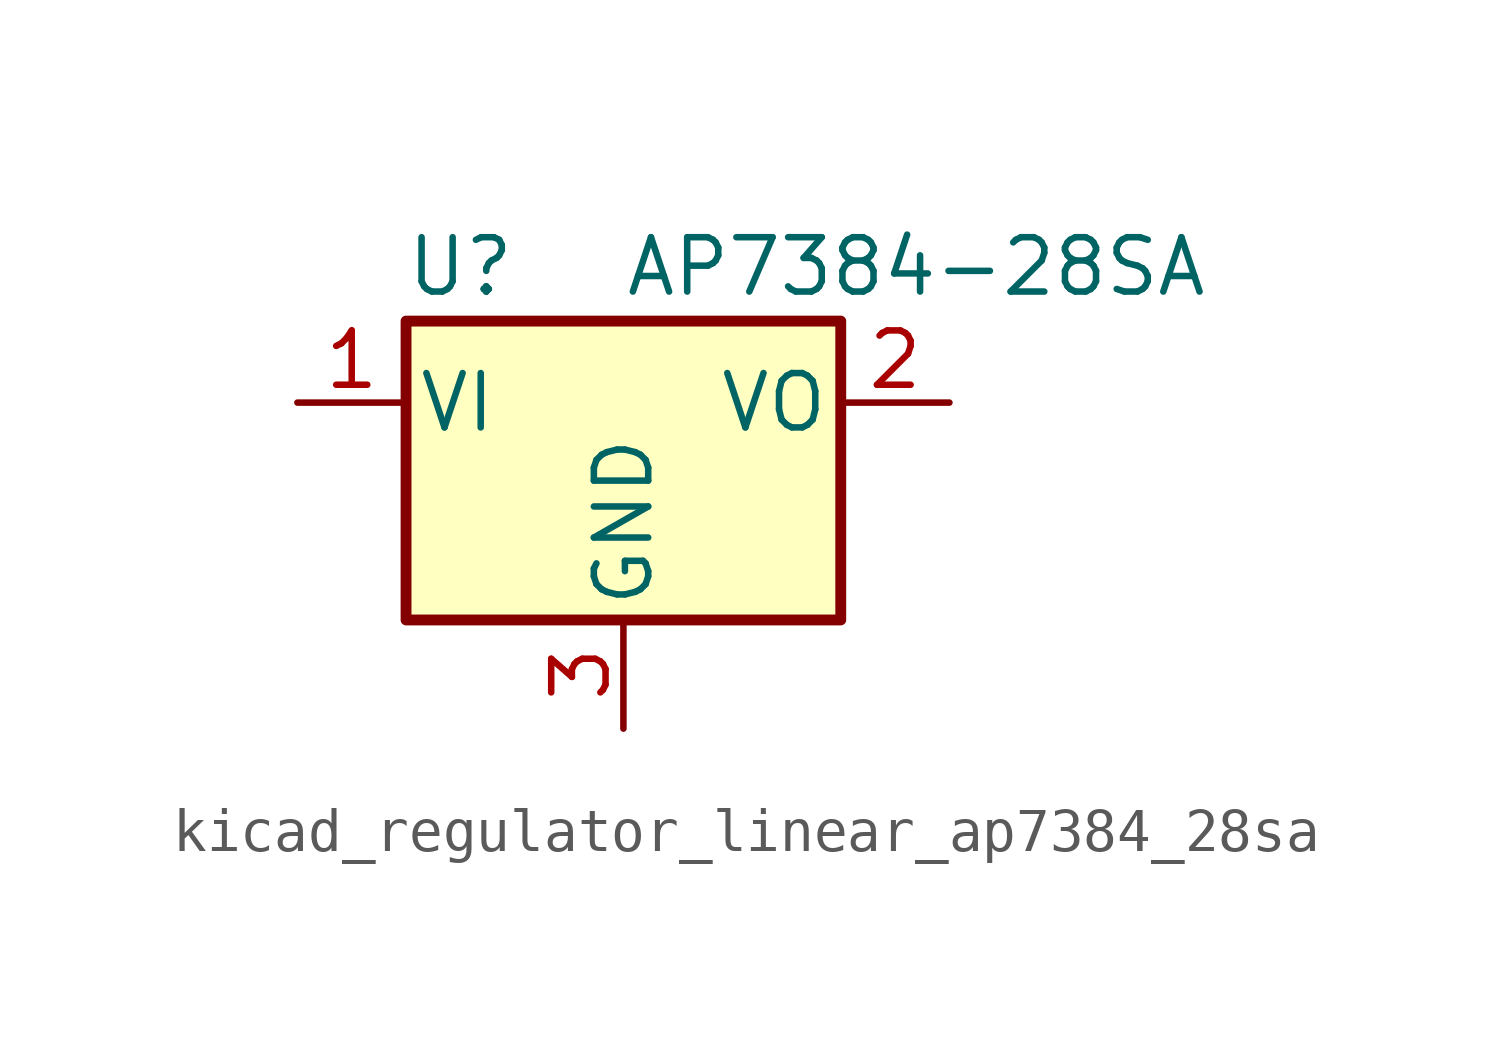
<source format=kicad_sym>
(kicad_symbol_lib
  (version 20220914)
  (generator kicad_symbol_editor)
  (symbol "kicad_regulator_linear_ap7384_28sa"
    (pin_names
      (offset 0.254))
    (property "Reference" "U"
      (at -3.81 3.175 0)
      (effects (font (size 1.27 1.27))))
    (property "Value" "AP7384-28SA"
      (at 0 3.175 0)
      (effects (font (size 1.27 1.27)) (justify left)))
    (symbol "kicad_regulator_linear_ap7384_28sa_0_1"
      (rectangle (start -5.08 1.905) (end 5.08 -5.08) (stroke (width 0.254) (type default)) (fill (type background))))
    (symbol "kicad_regulator_linear_ap7384_28sa_1_1"
      (pin power_in line (at -7.62 0 0) (length 2.54) (name "VI" (effects (font (size 1.27 1.27)))) (number "1" (effects (font (size 1.27 1.27)))))
      (pin power_out line (at 7.62 0 180) (length 2.54) (name "VO" (effects (font (size 1.27 1.27)))) (number "2" (effects (font (size 1.27 1.27)))))
      (pin power_in line (at 0 -7.62 90) (length 2.54) (name "GND" (effects (font (size 1.27 1.27)))) (number "3" (effects (font (size 1.27 1.27))))))))
</source>
